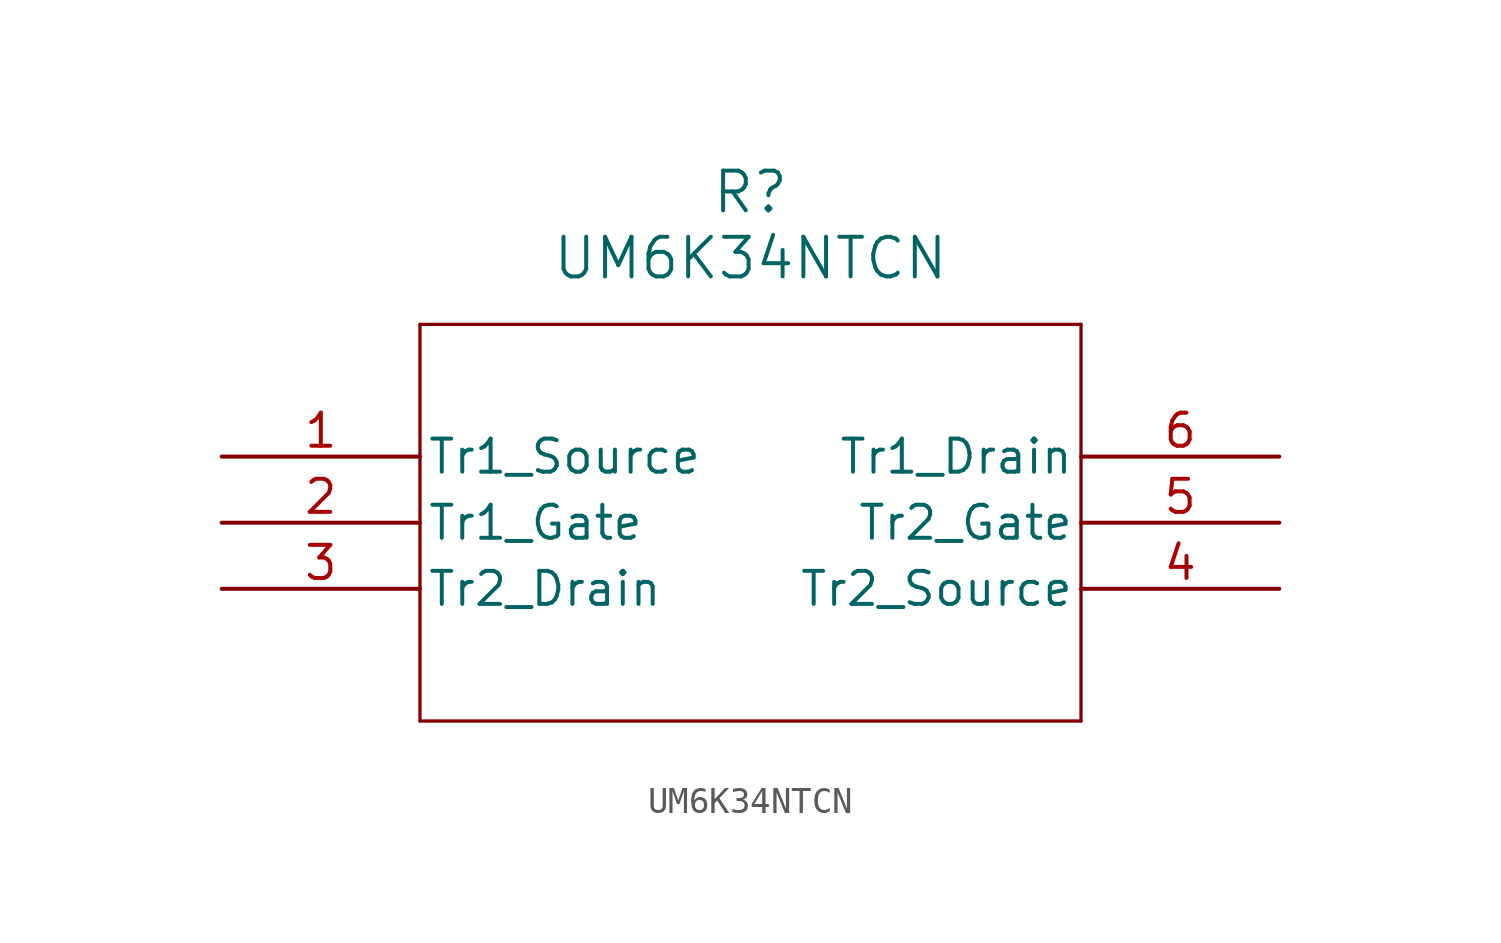
<source format=kicad_sym>
(kicad_symbol_lib
  (version 20241209)
  (generator "kicad_symbol_editor")
  (generator_version "9.0")
  (symbol "UM6K34NTCN"
    (pin_names
      (offset 0.254))
    (property "Reference" "R"
      (at 20.32 10.16 0)
      (effects (font (size 1.524 1.524))))
    (property "Value" "UM6K34NTCN"
      (at 20.32 7.62 0)
      (effects (font (size 1.524 1.524))))
    (property "ki_locked" ""
      (at 0 0 0)
      (effects (font (size 1.27 1.27))))
    (symbol "UM6K34NTCN_0_1"
      (polyline (pts (xy 7.62 5.08) (xy 7.62 -10.16)) (stroke (width 0.127) (type default)) (fill (type none)))
      (polyline (pts (xy 7.62 -10.16) (xy 33.02 -10.16)) (stroke (width 0.127) (type default)) (fill (type none)))
      (polyline (pts (xy 33.02 5.08) (xy 7.62 5.08)) (stroke (width 0.127) (type default)) (fill (type none)))
      (polyline (pts (xy 33.02 -10.16) (xy 33.02 5.08)) (stroke (width 0.127) (type default)) (fill (type none))))
    (symbol "UM6K34NTCN_1_1"
      (pin unspecified line (at 0 0 0) (length 7.62) (name "Tr1_Source" (effects (font (size 1.27 1.27)))) (number "1" (effects (font (size 1.27 1.27)))))
      (pin unspecified line (at 0 -2.54 0) (length 7.62) (name "Tr1_Gate" (effects (font (size 1.27 1.27)))) (number "2" (effects (font (size 1.27 1.27)))))
      (pin unspecified line (at 0 -5.08 0) (length 7.62) (name "Tr2_Drain" (effects (font (size 1.27 1.27)))) (number "3" (effects (font (size 1.27 1.27)))))
      (pin unspecified line (at 40.64 0 180) (length 7.62) (name "Tr1_Drain" (effects (font (size 1.27 1.27)))) (number "6" (effects (font (size 1.27 1.27)))))
      (pin unspecified line (at 40.64 -2.54 180) (length 7.62) (name "Tr2_Gate" (effects (font (size 1.27 1.27)))) (number "5" (effects (font (size 1.27 1.27)))))
      (pin unspecified line (at 40.64 -5.08 180) (length 7.62) (name "Tr2_Source" (effects (font (size 1.27 1.27)))) (number "4" (effects (font (size 1.27 1.27))))))))
</source>
